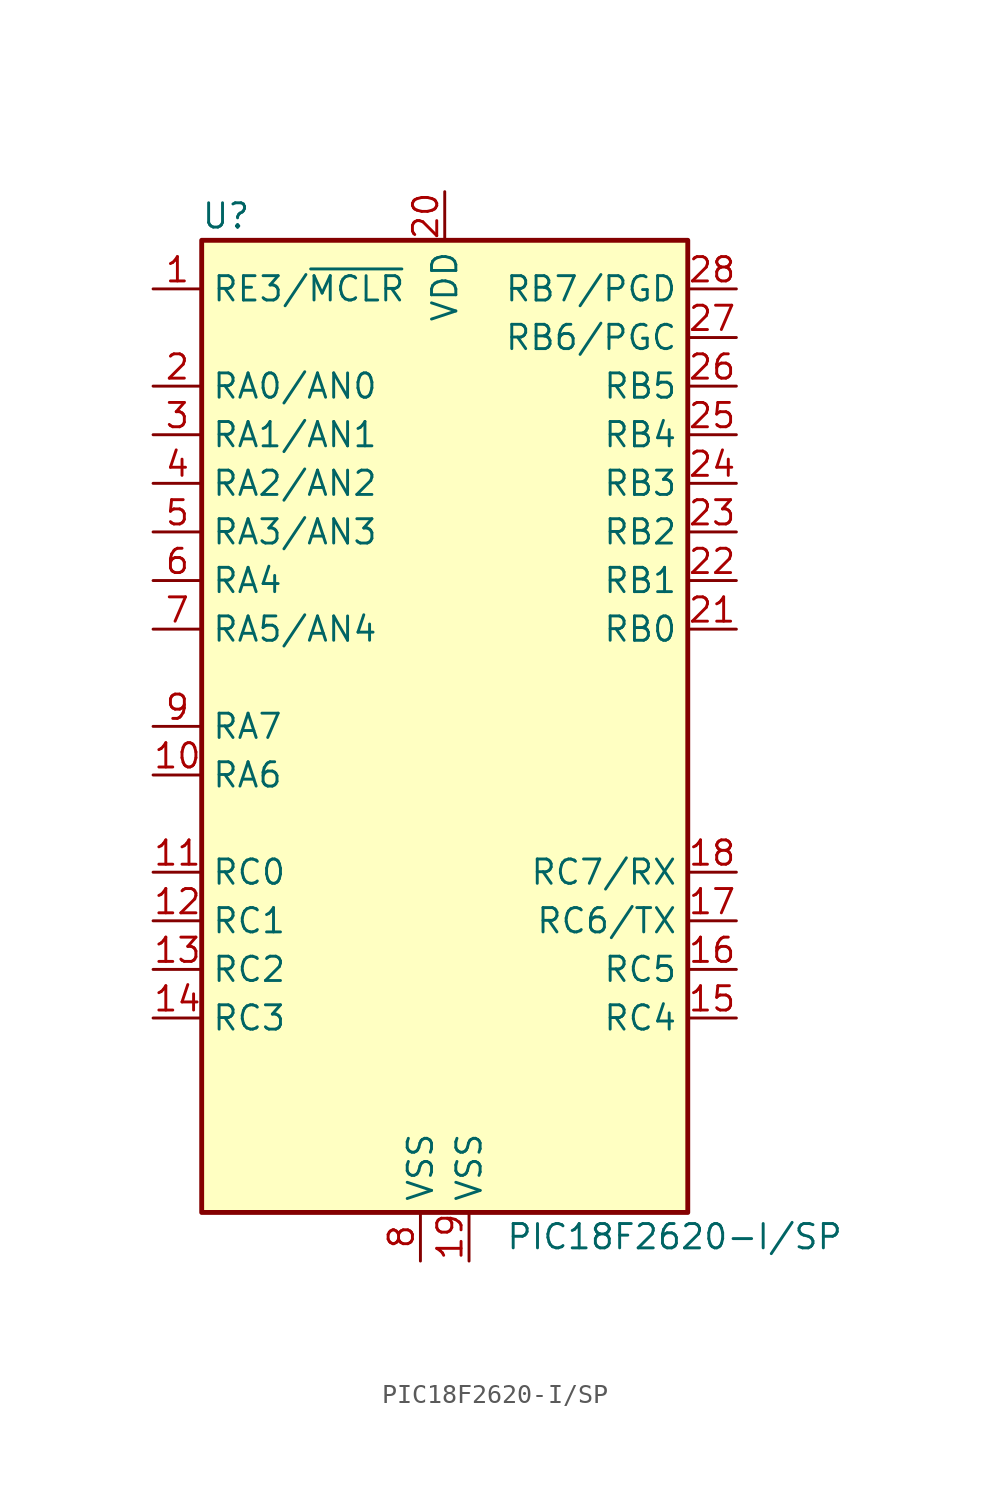
<source format=kicad_sym>
(kicad_symbol_lib
  (version 20241209)
  (generator "kicad_symbol_editor")
  (generator_version "9.0")
  (symbol "PIC18F2620-I/SP"
    (property "Reference" "U"
      (at -11.43 26.67 0)
      (effects (font (size 1.27 1.27))))
    (property "Value" "PIC18F2620-I/SP"
      (at 3.175 -26.67 0)
      (effects (font (size 1.27 1.27)) (justify left)))
    (symbol "PIC18F2620-I/SP_0_1"
      (rectangle (start -12.7 25.4) (end 12.7 -25.4) (stroke (width 0.254) (type default)) (fill (type background))))
    (symbol "PIC18F2620-I/SP_1_1"
      (pin input line (at -15.24 22.86 0) (length 2.54) (name "RE3/~{MCLR}" (effects (font (size 1.27 1.27)))) (number "1" (effects (font (size 1.27 1.27)))))
      (pin bidirectional line (at -15.24 17.78 0) (length 2.54) (name "RA0/AN0" (effects (font (size 1.27 1.27)))) (number "2" (effects (font (size 1.27 1.27)))))
      (pin bidirectional line (at -15.24 15.24 0) (length 2.54) (name "RA1/AN1" (effects (font (size 1.27 1.27)))) (number "3" (effects (font (size 1.27 1.27)))))
      (pin bidirectional line (at -15.24 12.7 0) (length 2.54) (name "RA2/AN2" (effects (font (size 1.27 1.27)))) (number "4" (effects (font (size 1.27 1.27)))))
      (pin bidirectional line (at -15.24 10.16 0) (length 2.54) (name "RA3/AN3" (effects (font (size 1.27 1.27)))) (number "5" (effects (font (size 1.27 1.27)))))
      (pin bidirectional line (at -15.24 7.62 0) (length 2.54) (name "RA4" (effects (font (size 1.27 1.27)))) (number "6" (effects (font (size 1.27 1.27)))))
      (pin bidirectional line (at -15.24 5.08 0) (length 2.54) (name "RA5/AN4" (effects (font (size 1.27 1.27)))) (number "7" (effects (font (size 1.27 1.27)))))
      (pin bidirectional line (at -15.24 0 0) (length 2.54) (name "RA7" (effects (font (size 1.27 1.27)))) (number "9" (effects (font (size 1.27 1.27)))))
      (pin bidirectional line (at -15.24 -2.54 0) (length 2.54) (name "RA6" (effects (font (size 1.27 1.27)))) (number "10" (effects (font (size 1.27 1.27)))))
      (pin bidirectional line (at -15.24 -7.62 0) (length 2.54) (name "RC0" (effects (font (size 1.27 1.27)))) (number "11" (effects (font (size 1.27 1.27)))))
      (pin bidirectional line (at -15.24 -10.16 0) (length 2.54) (name "RC1" (effects (font (size 1.27 1.27)))) (number "12" (effects (font (size 1.27 1.27)))))
      (pin bidirectional line (at -15.24 -12.7 0) (length 2.54) (name "RC2" (effects (font (size 1.27 1.27)))) (number "13" (effects (font (size 1.27 1.27)))))
      (pin bidirectional line (at -15.24 -15.24 0) (length 2.54) (name "RC3" (effects (font (size 1.27 1.27)))) (number "14" (effects (font (size 1.27 1.27)))))
      (pin power_in line (at -1.27 -27.94 90) (length 2.54) (name "VSS" (effects (font (size 1.27 1.27)))) (number "8" (effects (font (size 1.27 1.27)))))
      (pin power_in line (at 0 27.94 270) (length 2.54) (name "VDD" (effects (font (size 1.27 1.27)))) (number "20" (effects (font (size 1.27 1.27)))))
      (pin power_in line (at 1.27 -27.94 90) (length 2.54) (name "VSS" (effects (font (size 1.27 1.27)))) (number "19" (effects (font (size 1.27 1.27)))))
      (pin bidirectional line (at 15.24 22.86 180) (length 2.54) (name "RB7/PGD" (effects (font (size 1.27 1.27)))) (number "28" (effects (font (size 1.27 1.27)))))
      (pin bidirectional line (at 15.24 20.32 180) (length 2.54) (name "RB6/PGC" (effects (font (size 1.27 1.27)))) (number "27" (effects (font (size 1.27 1.27)))))
      (pin bidirectional line (at 15.24 17.78 180) (length 2.54) (name "RB5" (effects (font (size 1.27 1.27)))) (number "26" (effects (font (size 1.27 1.27)))))
      (pin bidirectional line (at 15.24 15.24 180) (length 2.54) (name "RB4" (effects (font (size 1.27 1.27)))) (number "25" (effects (font (size 1.27 1.27)))))
      (pin bidirectional line (at 15.24 12.7 180) (length 2.54) (name "RB3" (effects (font (size 1.27 1.27)))) (number "24" (effects (font (size 1.27 1.27)))))
      (pin bidirectional line (at 15.24 10.16 180) (length 2.54) (name "RB2" (effects (font (size 1.27 1.27)))) (number "23" (effects (font (size 1.27 1.27)))))
      (pin bidirectional line (at 15.24 7.62 180) (length 2.54) (name "RB1" (effects (font (size 1.27 1.27)))) (number "22" (effects (font (size 1.27 1.27)))))
      (pin bidirectional line (at 15.24 5.08 180) (length 2.54) (name "RB0" (effects (font (size 1.27 1.27)))) (number "21" (effects (font (size 1.27 1.27)))))
      (pin bidirectional line (at 15.24 -7.62 180) (length 2.54) (name "RC7/RX" (effects (font (size 1.27 1.27)))) (number "18" (effects (font (size 1.27 1.27)))))
      (pin bidirectional line (at 15.24 -10.16 180) (length 2.54) (name "RC6/TX" (effects (font (size 1.27 1.27)))) (number "17" (effects (font (size 1.27 1.27)))))
      (pin bidirectional line (at 15.24 -12.7 180) (length 2.54) (name "RC5" (effects (font (size 1.27 1.27)))) (number "16" (effects (font (size 1.27 1.27)))))
      (pin bidirectional line (at 15.24 -15.24 180) (length 2.54) (name "RC4" (effects (font (size 1.27 1.27)))) (number "15" (effects (font (size 1.27 1.27))))))))
</source>
